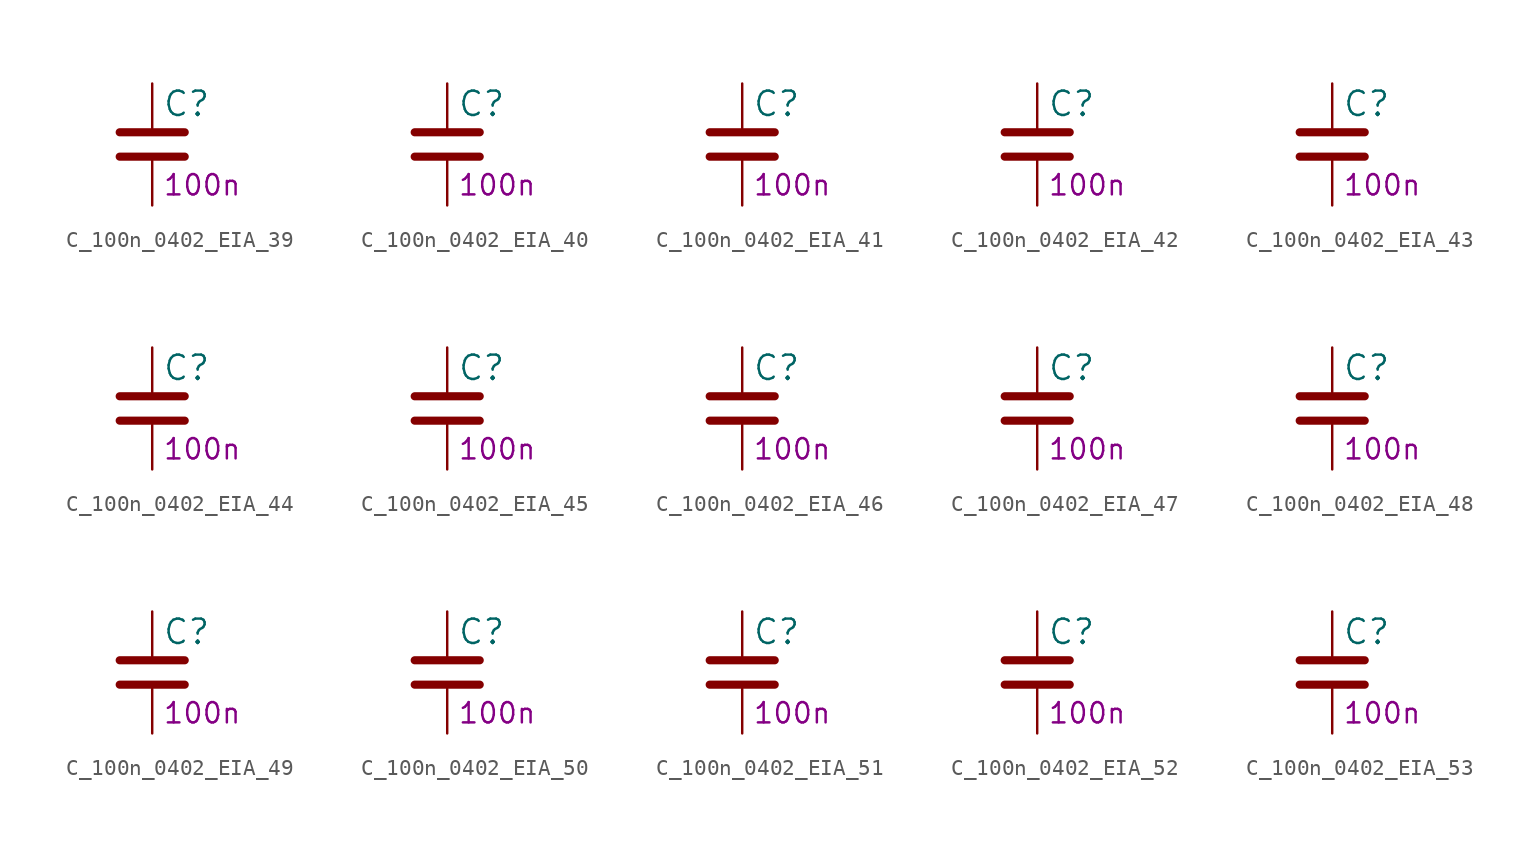
<source format=kicad_sym>
(kicad_symbol_lib
  (version 20211014)
  (generator kicad_symbol_editor)
  (symbol "K410T-devboard:C_100n_0402_EIA_39"
    (pin_names
      (offset 0))
    (property "Reference" "C"
      (at 0.635 2.54 0)
      (effects (font (size 1.524 1.524)) (justify left)))
    (property "Val" "100n"
      (at 0.635 -2.54 0)
      (effects (font (size 1.27 1.27)) (justify left)))
    (symbol "C_100n_0402_EIA_39_1_1"
      (polyline (pts (xy -2.032 -0.762) (xy 2.032 -0.762)) (stroke (width 0.508) (type default)) (fill (type none)))
      (polyline (pts (xy -2.032 0.762) (xy 2.032 0.762)) (stroke (width 0.508) (type default)) (fill (type none)))
      (pin passive line (at 0 3.81 270) (length 2.794) (name "~" (effects (font (size 0 0)))) (number "1" (effects (font (size 0 0)))))
      (pin passive line (at 0 -3.81 90) (length 2.794) (name "~" (effects (font (size 0 0)))) (number "2" (effects (font (size 0 0)))))))
  (symbol "K410T-devboard:C_100n_0402_EIA_40"
    (pin_names
      (offset 0))
    (property "Reference" "C"
      (at 0.635 2.54 0)
      (effects (font (size 1.524 1.524)) (justify left)))
    (property "Val" "100n"
      (at 0.635 -2.54 0)
      (effects (font (size 1.27 1.27)) (justify left)))
    (symbol "C_100n_0402_EIA_40_1_1"
      (polyline (pts (xy -2.032 -0.762) (xy 2.032 -0.762)) (stroke (width 0.508) (type default)) (fill (type none)))
      (polyline (pts (xy -2.032 0.762) (xy 2.032 0.762)) (stroke (width 0.508) (type default)) (fill (type none)))
      (pin passive line (at 0 3.81 270) (length 2.794) (name "~" (effects (font (size 0 0)))) (number "1" (effects (font (size 0 0)))))
      (pin passive line (at 0 -3.81 90) (length 2.794) (name "~" (effects (font (size 0 0)))) (number "2" (effects (font (size 0 0)))))))
  (symbol "K410T-devboard:C_100n_0402_EIA_41"
    (pin_names
      (offset 0))
    (property "Reference" "C"
      (at 0.635 2.54 0)
      (effects (font (size 1.524 1.524)) (justify left)))
    (property "Val" "100n"
      (at 0.635 -2.54 0)
      (effects (font (size 1.27 1.27)) (justify left)))
    (symbol "C_100n_0402_EIA_41_1_1"
      (polyline (pts (xy -2.032 -0.762) (xy 2.032 -0.762)) (stroke (width 0.508) (type default)) (fill (type none)))
      (polyline (pts (xy -2.032 0.762) (xy 2.032 0.762)) (stroke (width 0.508) (type default)) (fill (type none)))
      (pin passive line (at 0 3.81 270) (length 2.794) (name "~" (effects (font (size 0 0)))) (number "1" (effects (font (size 0 0)))))
      (pin passive line (at 0 -3.81 90) (length 2.794) (name "~" (effects (font (size 0 0)))) (number "2" (effects (font (size 0 0)))))))
  (symbol "K410T-devboard:C_100n_0402_EIA_42"
    (pin_names
      (offset 0))
    (property "Reference" "C"
      (at 0.635 2.54 0)
      (effects (font (size 1.524 1.524)) (justify left)))
    (property "Val" "100n"
      (at 0.635 -2.54 0)
      (effects (font (size 1.27 1.27)) (justify left)))
    (symbol "C_100n_0402_EIA_42_1_1"
      (polyline (pts (xy -2.032 -0.762) (xy 2.032 -0.762)) (stroke (width 0.508) (type default)) (fill (type none)))
      (polyline (pts (xy -2.032 0.762) (xy 2.032 0.762)) (stroke (width 0.508) (type default)) (fill (type none)))
      (pin passive line (at 0 3.81 270) (length 2.794) (name "~" (effects (font (size 0 0)))) (number "1" (effects (font (size 0 0)))))
      (pin passive line (at 0 -3.81 90) (length 2.794) (name "~" (effects (font (size 0 0)))) (number "2" (effects (font (size 0 0)))))))
  (symbol "K410T-devboard:C_100n_0402_EIA_43"
    (pin_names
      (offset 0))
    (property "Reference" "C"
      (at 0.635 2.54 0)
      (effects (font (size 1.524 1.524)) (justify left)))
    (property "Val" "100n"
      (at 0.635 -2.54 0)
      (effects (font (size 1.27 1.27)) (justify left)))
    (symbol "C_100n_0402_EIA_43_1_1"
      (polyline (pts (xy -2.032 -0.762) (xy 2.032 -0.762)) (stroke (width 0.508) (type default)) (fill (type none)))
      (polyline (pts (xy -2.032 0.762) (xy 2.032 0.762)) (stroke (width 0.508) (type default)) (fill (type none)))
      (pin passive line (at 0 3.81 270) (length 2.794) (name "~" (effects (font (size 0 0)))) (number "1" (effects (font (size 0 0)))))
      (pin passive line (at 0 -3.81 90) (length 2.794) (name "~" (effects (font (size 0 0)))) (number "2" (effects (font (size 0 0)))))))
  (symbol "K410T-devboard:C_100n_0402_EIA_44"
    (pin_names
      (offset 0))
    (property "Reference" "C"
      (at 0.635 2.54 0)
      (effects (font (size 1.524 1.524)) (justify left)))
    (property "Val" "100n"
      (at 0.635 -2.54 0)
      (effects (font (size 1.27 1.27)) (justify left)))
    (symbol "C_100n_0402_EIA_44_1_1"
      (polyline (pts (xy -2.032 -0.762) (xy 2.032 -0.762)) (stroke (width 0.508) (type default)) (fill (type none)))
      (polyline (pts (xy -2.032 0.762) (xy 2.032 0.762)) (stroke (width 0.508) (type default)) (fill (type none)))
      (pin passive line (at 0 3.81 270) (length 2.794) (name "~" (effects (font (size 0 0)))) (number "1" (effects (font (size 0 0)))))
      (pin passive line (at 0 -3.81 90) (length 2.794) (name "~" (effects (font (size 0 0)))) (number "2" (effects (font (size 0 0)))))))
  (symbol "K410T-devboard:C_100n_0402_EIA_45"
    (pin_names
      (offset 0))
    (property "Reference" "C"
      (at 0.635 2.54 0)
      (effects (font (size 1.524 1.524)) (justify left)))
    (property "Val" "100n"
      (at 0.635 -2.54 0)
      (effects (font (size 1.27 1.27)) (justify left)))
    (symbol "C_100n_0402_EIA_45_1_1"
      (polyline (pts (xy -2.032 -0.762) (xy 2.032 -0.762)) (stroke (width 0.508) (type default)) (fill (type none)))
      (polyline (pts (xy -2.032 0.762) (xy 2.032 0.762)) (stroke (width 0.508) (type default)) (fill (type none)))
      (pin passive line (at 0 3.81 270) (length 2.794) (name "~" (effects (font (size 0 0)))) (number "1" (effects (font (size 0 0)))))
      (pin passive line (at 0 -3.81 90) (length 2.794) (name "~" (effects (font (size 0 0)))) (number "2" (effects (font (size 0 0)))))))
  (symbol "K410T-devboard:C_100n_0402_EIA_46"
    (pin_names
      (offset 0))
    (property "Reference" "C"
      (at 0.635 2.54 0)
      (effects (font (size 1.524 1.524)) (justify left)))
    (property "Val" "100n"
      (at 0.635 -2.54 0)
      (effects (font (size 1.27 1.27)) (justify left)))
    (symbol "C_100n_0402_EIA_46_1_1"
      (polyline (pts (xy -2.032 -0.762) (xy 2.032 -0.762)) (stroke (width 0.508) (type default)) (fill (type none)))
      (polyline (pts (xy -2.032 0.762) (xy 2.032 0.762)) (stroke (width 0.508) (type default)) (fill (type none)))
      (pin passive line (at 0 3.81 270) (length 2.794) (name "~" (effects (font (size 0 0)))) (number "1" (effects (font (size 0 0)))))
      (pin passive line (at 0 -3.81 90) (length 2.794) (name "~" (effects (font (size 0 0)))) (number "2" (effects (font (size 0 0)))))))
  (symbol "K410T-devboard:C_100n_0402_EIA_47"
    (pin_names
      (offset 0))
    (property "Reference" "C"
      (at 0.635 2.54 0)
      (effects (font (size 1.524 1.524)) (justify left)))
    (property "Val" "100n"
      (at 0.635 -2.54 0)
      (effects (font (size 1.27 1.27)) (justify left)))
    (symbol "C_100n_0402_EIA_47_1_1"
      (polyline (pts (xy -2.032 -0.762) (xy 2.032 -0.762)) (stroke (width 0.508) (type default)) (fill (type none)))
      (polyline (pts (xy -2.032 0.762) (xy 2.032 0.762)) (stroke (width 0.508) (type default)) (fill (type none)))
      (pin passive line (at 0 3.81 270) (length 2.794) (name "~" (effects (font (size 0 0)))) (number "1" (effects (font (size 0 0)))))
      (pin passive line (at 0 -3.81 90) (length 2.794) (name "~" (effects (font (size 0 0)))) (number "2" (effects (font (size 0 0)))))))
  (symbol "K410T-devboard:C_100n_0402_EIA_48"
    (pin_names
      (offset 0))
    (property "Reference" "C"
      (at 0.635 2.54 0)
      (effects (font (size 1.524 1.524)) (justify left)))
    (property "Val" "100n"
      (at 0.635 -2.54 0)
      (effects (font (size 1.27 1.27)) (justify left)))
    (symbol "C_100n_0402_EIA_48_1_1"
      (polyline (pts (xy -2.032 -0.762) (xy 2.032 -0.762)) (stroke (width 0.508) (type default)) (fill (type none)))
      (polyline (pts (xy -2.032 0.762) (xy 2.032 0.762)) (stroke (width 0.508) (type default)) (fill (type none)))
      (pin passive line (at 0 3.81 270) (length 2.794) (name "~" (effects (font (size 0 0)))) (number "1" (effects (font (size 0 0)))))
      (pin passive line (at 0 -3.81 90) (length 2.794) (name "~" (effects (font (size 0 0)))) (number "2" (effects (font (size 0 0)))))))
  (symbol "K410T-devboard:C_100n_0402_EIA_49"
    (pin_names
      (offset 0))
    (property "Reference" "C"
      (at 0.635 2.54 0)
      (effects (font (size 1.524 1.524)) (justify left)))
    (property "Val" "100n"
      (at 0.635 -2.54 0)
      (effects (font (size 1.27 1.27)) (justify left)))
    (symbol "C_100n_0402_EIA_49_1_1"
      (polyline (pts (xy -2.032 -0.762) (xy 2.032 -0.762)) (stroke (width 0.508) (type default)) (fill (type none)))
      (polyline (pts (xy -2.032 0.762) (xy 2.032 0.762)) (stroke (width 0.508) (type default)) (fill (type none)))
      (pin passive line (at 0 3.81 270) (length 2.794) (name "~" (effects (font (size 0 0)))) (number "1" (effects (font (size 0 0)))))
      (pin passive line (at 0 -3.81 90) (length 2.794) (name "~" (effects (font (size 0 0)))) (number "2" (effects (font (size 0 0)))))))
  (symbol "K410T-devboard:C_100n_0402_EIA_50"
    (pin_names
      (offset 0))
    (property "Reference" "C"
      (at 0.635 2.54 0)
      (effects (font (size 1.524 1.524)) (justify left)))
    (property "Val" "100n"
      (at 0.635 -2.54 0)
      (effects (font (size 1.27 1.27)) (justify left)))
    (symbol "C_100n_0402_EIA_50_1_1"
      (polyline (pts (xy -2.032 -0.762) (xy 2.032 -0.762)) (stroke (width 0.508) (type default)) (fill (type none)))
      (polyline (pts (xy -2.032 0.762) (xy 2.032 0.762)) (stroke (width 0.508) (type default)) (fill (type none)))
      (pin passive line (at 0 3.81 270) (length 2.794) (name "~" (effects (font (size 0 0)))) (number "1" (effects (font (size 0 0)))))
      (pin passive line (at 0 -3.81 90) (length 2.794) (name "~" (effects (font (size 0 0)))) (number "2" (effects (font (size 0 0)))))))
  (symbol "K410T-devboard:C_100n_0402_EIA_51"
    (pin_names
      (offset 0))
    (property "Reference" "C"
      (at 0.635 2.54 0)
      (effects (font (size 1.524 1.524)) (justify left)))
    (property "Val" "100n"
      (at 0.635 -2.54 0)
      (effects (font (size 1.27 1.27)) (justify left)))
    (symbol "C_100n_0402_EIA_51_1_1"
      (polyline (pts (xy -2.032 -0.762) (xy 2.032 -0.762)) (stroke (width 0.508) (type default)) (fill (type none)))
      (polyline (pts (xy -2.032 0.762) (xy 2.032 0.762)) (stroke (width 0.508) (type default)) (fill (type none)))
      (pin passive line (at 0 3.81 270) (length 2.794) (name "~" (effects (font (size 0 0)))) (number "1" (effects (font (size 0 0)))))
      (pin passive line (at 0 -3.81 90) (length 2.794) (name "~" (effects (font (size 0 0)))) (number "2" (effects (font (size 0 0)))))))
  (symbol "K410T-devboard:C_100n_0402_EIA_52"
    (pin_names
      (offset 0))
    (property "Reference" "C"
      (at 0.635 2.54 0)
      (effects (font (size 1.524 1.524)) (justify left)))
    (property "Val" "100n"
      (at 0.635 -2.54 0)
      (effects (font (size 1.27 1.27)) (justify left)))
    (symbol "C_100n_0402_EIA_52_1_1"
      (polyline (pts (xy -2.032 -0.762) (xy 2.032 -0.762)) (stroke (width 0.508) (type default)) (fill (type none)))
      (polyline (pts (xy -2.032 0.762) (xy 2.032 0.762)) (stroke (width 0.508) (type default)) (fill (type none)))
      (pin passive line (at 0 3.81 270) (length 2.794) (name "~" (effects (font (size 0 0)))) (number "1" (effects (font (size 0 0)))))
      (pin passive line (at 0 -3.81 90) (length 2.794) (name "~" (effects (font (size 0 0)))) (number "2" (effects (font (size 0 0)))))))
  (symbol "K410T-devboard:C_100n_0402_EIA_53"
    (pin_names
      (offset 0))
    (property "Reference" "C"
      (at 0.635 2.54 0)
      (effects (font (size 1.524 1.524)) (justify left)))
    (property "Val" "100n"
      (at 0.635 -2.54 0)
      (effects (font (size 1.27 1.27)) (justify left)))
    (symbol "C_100n_0402_EIA_53_1_1"
      (polyline (pts (xy -2.032 -0.762) (xy 2.032 -0.762)) (stroke (width 0.508) (type default)) (fill (type none)))
      (polyline (pts (xy -2.032 0.762) (xy 2.032 0.762)) (stroke (width 0.508) (type default)) (fill (type none)))
      (pin passive line (at 0 3.81 270) (length 2.794) (name "~" (effects (font (size 0 0)))) (number "1" (effects (font (size 0 0)))))
      (pin passive line (at 0 -3.81 90) (length 2.794) (name "~" (effects (font (size 0 0)))) (number "2" (effects (font (size 0 0))))))))
</source>
